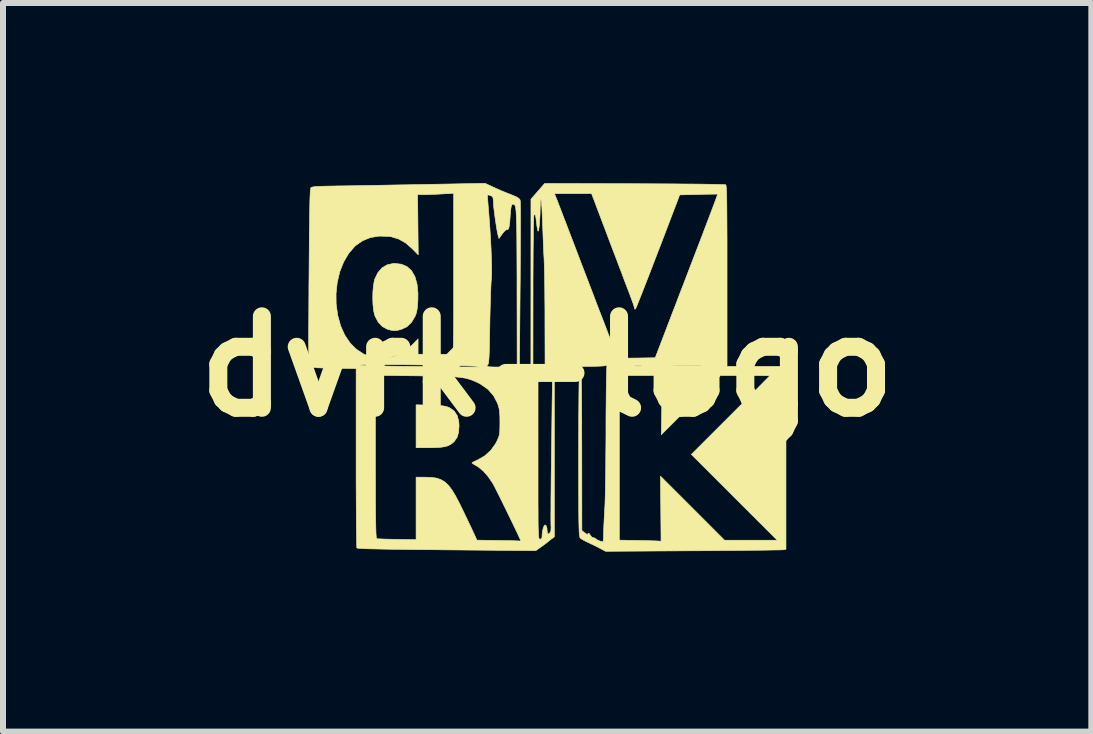
<source format=kicad_pcb>
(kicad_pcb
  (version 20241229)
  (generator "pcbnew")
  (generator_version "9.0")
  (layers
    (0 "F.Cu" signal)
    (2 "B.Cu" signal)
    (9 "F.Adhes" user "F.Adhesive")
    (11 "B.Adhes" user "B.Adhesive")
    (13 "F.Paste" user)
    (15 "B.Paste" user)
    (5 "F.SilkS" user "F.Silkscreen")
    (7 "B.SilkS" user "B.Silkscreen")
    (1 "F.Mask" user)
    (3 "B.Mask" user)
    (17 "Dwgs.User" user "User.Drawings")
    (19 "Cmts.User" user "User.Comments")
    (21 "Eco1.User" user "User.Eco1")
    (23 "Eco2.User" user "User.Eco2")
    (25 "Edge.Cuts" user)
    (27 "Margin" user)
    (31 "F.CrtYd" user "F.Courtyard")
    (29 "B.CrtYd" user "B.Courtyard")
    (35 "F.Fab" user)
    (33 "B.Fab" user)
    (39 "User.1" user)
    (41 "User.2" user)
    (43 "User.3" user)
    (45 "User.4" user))
  (footprint "dvrk-logo"
    (layer "F.Cu")
    (at 6.067 3.055)
    (property "Reference" "dvrk-logo" (at 0 0 0) (layer "F.SilkS") (effects (font (size 1.524 1.524) (thickness 0.3))))
    (attr through_hole)
    (fp_poly (pts (xy -1.943 0.646) (xy -1.843 0.65) (xy -1.77 0.654) (xy -1.716 0.661) (xy -1.675 0.67) (xy -1.638 0.684) (xy -1.622 0.691) (xy -1.549 0.744) (xy -1.499 0.819) (xy -1.473 0.917) (xy -1.468 0.988) (xy -1.476 1.097) (xy -1.501 1.182) (xy -1.547 1.249) (xy -1.567 1.268) (xy -1.61 1.301) (xy -1.659 1.325) (xy -1.718 1.34) (xy -1.795 1.35) (xy -1.895 1.354) (xy -1.968 1.355) (xy -2.184 1.355) (xy -2.184 0.64) (xy -1.943 0.646)) (stroke (width 0.01) (type solid)) (fill yes) (layer "F.SilkS"))
    (fp_poly (pts (xy -2.425 -1.702) (xy -2.332 -1.661) (xy -2.258 -1.592) (xy -2.203 -1.495) (xy -2.168 -1.371) (xy -2.153 -1.22) (xy -2.154 -1.109) (xy -2.16 -1.012) (xy -2.169 -0.94) (xy -2.182 -0.883) (xy -2.199 -0.838) (xy -2.26 -0.735) (xy -2.337 -0.661) (xy -2.428 -0.618) (xy -2.496 -0.6) (xy -2.551 -0.596) (xy -2.607 -0.604) (xy -2.662 -0.619) (xy -2.745 -0.663) (xy -2.814 -0.735) (xy -2.867 -0.835) (xy -2.874 -0.855) (xy -2.891 -0.927) (xy -2.902 -1.023) (xy -2.906 -1.131) (xy -2.904 -1.241) (xy -2.895 -1.344) (xy -2.88 -1.427) (xy -2.873 -1.454) (xy -2.821 -1.562) (xy -2.751 -1.642) (xy -2.665 -1.693) (xy -2.563 -1.715) (xy -2.538 -1.716) (xy -2.425 -1.702)) (stroke (width 0.01) (type solid)) (fill yes) (layer "F.SilkS"))
    (fp_poly (pts (xy -0.936 -3.005) (xy -0.834 -2.958) (xy -0.747 -2.92) (xy -0.663 -2.886) (xy -0.581 -2.854) (xy -0.516 -2.826) (xy -0.476 -2.803) (xy -0.455 -2.78) (xy -0.449 -2.763) (xy -0.447 -2.739) (xy -0.446 -2.685) (xy -0.445 -2.602) (xy -0.445 -2.492) (xy -0.445 -2.36) (xy -0.445 -2.207) (xy -0.446 -2.036) (xy -0.447 -1.85) (xy -0.448 -1.651) (xy -0.449 -1.441) (xy -0.45 -1.368) (xy -0.462 -0.017) (xy -0.271 -0.017) (xy -0.27 -2.786) (xy -0.189 -2.879) (xy 0.121 -2.879) (xy 0.162 -2.779) (xy 0.174 -2.747) (xy 0.197 -2.687) (xy 0.231 -2.6) (xy 0.273 -2.489) (xy 0.324 -2.357) (xy 0.381 -2.207) (xy 0.445 -2.041) (xy 0.513 -1.862) (xy 0.585 -1.673) (xy 0.661 -1.475) (xy 0.679 -1.428) (xy 0.754 -1.232) (xy 0.825 -1.044) (xy 0.893 -0.868) (xy 0.956 -0.706) (xy 1.012 -0.559) (xy 1.062 -0.432) (xy 1.103 -0.326) (xy 1.136 -0.243) (xy 1.159 -0.187) (xy 1.171 -0.159) (xy 1.173 -0.156) (xy 1.188 -0.148) (xy 1.222 -0.143) (xy 1.277 -0.139) (xy 1.358 -0.138) (xy 1.469 -0.139) (xy 1.496 -0.139) (xy 1.801 -0.144) (xy 1.986 -0.627) (xy 2.029 -0.74) (xy 2.082 -0.879) (xy 2.144 -1.039) (xy 2.211 -1.215) (xy 2.283 -1.401) (xy 2.356 -1.592) (xy 2.429 -1.782) (xy 2.5 -1.967) (xy 2.508 -1.988) (xy 2.571 -2.151) (xy 2.629 -2.305) (xy 2.683 -2.446) (xy 2.731 -2.572) (xy 2.771 -2.679) (xy 2.803 -2.765) (xy 2.826 -2.828) (xy 2.839 -2.863) (xy 2.841 -2.87) (xy 2.823 -2.871) (xy 2.777 -2.87) (xy 2.708 -2.869) (xy 2.621 -2.868) (xy 2.522 -2.865) (xy 2.208 -2.858) (xy 2.172 -2.762) (xy 2.095 -2.561) (xy 2.019 -2.361) (xy 1.944 -2.165) (xy 1.871 -1.975) (xy 1.801 -1.793) (xy 1.736 -1.623) (xy 1.675 -1.467) (xy 1.62 -1.326) (xy 1.573 -1.205) (xy 1.533 -1.105) (xy 1.503 -1.029) (xy 1.482 -0.979) (xy 1.472 -0.958) (xy 1.472 -0.958) (xy 1.458 -0.954) (xy 1.456 -0.966) (xy 1.45 -0.991) (xy 1.435 -1.04) (xy 1.411 -1.107) (xy 1.382 -1.184) (xy 1.379 -1.194) (xy 1.356 -1.253) (xy 1.324 -1.337) (xy 1.284 -1.442) (xy 1.239 -1.563) (xy 1.188 -1.696) (xy 1.135 -1.837) (xy 1.079 -1.982) (xy 1.024 -2.128) (xy 0.971 -2.27) (xy 0.92 -2.403) (xy 0.874 -2.525) (xy 0.834 -2.631) (xy 0.802 -2.716) (xy 0.779 -2.777) (xy 0.767 -2.807) (xy 0.74 -2.879) (xy 0.431 -2.879) (xy 0.121 -2.879) (xy -0.189 -2.879) (xy -0.156 -2.917) (xy -0.042 -3.048) (xy 1.456 -3.044) (xy 1.679 -3.043) (xy 1.892 -3.042) (xy 2.093 -3.041) (xy 2.28 -3.039) (xy 2.45 -3.038) (xy 2.6 -3.036) (xy 2.729 -3.034) (xy 2.833 -3.032) (xy 2.911 -3.03) (xy 2.959 -3.028) (xy 2.976 -3.026) (xy 2.98 -3.017) (xy 2.983 -2.994) (xy 2.986 -2.955) (xy 2.989 -2.899) (xy 2.991 -2.823) (xy 2.993 -2.727) (xy 2.994 -2.608) (xy 2.995 -2.464) (xy 2.996 -2.294) (xy 2.997 -2.097) (xy 2.997 -1.869) (xy 2.997 -1.61) (xy 2.997 -1.506) (xy 2.997 0) (xy 3.979 0) (xy 3.979 3.047) (xy 3.941 3.055) (xy 3.919 3.056) (xy 3.865 3.058) (xy 3.783 3.059) (xy 3.674 3.061) (xy 3.541 3.063) (xy 3.387 3.064) (xy 3.215 3.066) (xy 3.026 3.068) (xy 2.824 3.069) (xy 2.61 3.071) (xy 2.438 3.072) (xy 0.974 3.081) (xy 0.888 3.035) (xy 0.825 3.002) (xy 0.749 2.965) (xy 0.693 2.939) (xy 0.634 2.91) (xy 0.584 2.883) (xy 0.555 2.864) (xy 0.549 2.858) (xy 0.545 2.848) (xy 0.541 2.832) (xy 0.537 2.807) (xy 0.534 2.772) (xy 0.532 2.725) (xy 0.53 2.662) (xy 0.528 2.582) (xy 0.527 2.483) (xy 0.526 2.362) (xy 0.526 2.218) (xy 0.525 2.048) (xy 0.525 1.85) (xy 0.525 1.622) (xy 0.525 1.446) (xy 0.525 1.217) (xy 0.526 1.002) (xy 0.526 0.803) (xy 0.528 0.623) (xy 0.529 0.463) (xy 0.531 0.325) (xy 0.533 0.213) (xy 0.535 0.127) (xy 0.537 0.07) (xy 0.54 0.045) (xy 0.54 0.043) (xy 0.558 0.048) (xy 0.565 0.061) (xy 0.567 0.082) (xy 0.569 0.134) (xy 0.57 0.214) (xy 0.572 0.321) (xy 0.573 0.451) (xy 0.574 0.601) (xy 0.575 0.77) (xy 0.576 0.954) (xy 0.576 1.151) (xy 0.577 1.358) (xy 0.577 1.411) (xy 0.578 2.735) (xy 0.627 2.774) (xy 0.659 2.795) (xy 0.676 2.798) (xy 0.677 2.795) (xy 0.685 2.778) (xy 0.701 2.786) (xy 0.72 2.815) (xy 0.744 2.845) (xy 0.767 2.853) (xy 0.799 2.863) (xy 0.809 2.872) (xy 0.83 2.888) (xy 0.866 2.905) (xy 0.903 2.917) (xy 0.929 2.919) (xy 0.934 2.916) (xy 0.936 2.895) (xy 0.938 2.848) (xy 0.94 2.783) (xy 0.941 2.743) (xy 0.944 2.66) (xy 0.949 2.556) (xy 0.955 2.447) (xy 0.96 2.362) (xy 0.963 2.305) (xy 0.966 2.218) (xy 0.969 2.105) (xy 0.971 1.969) (xy 0.974 1.814) (xy 0.976 1.643) (xy 0.977 1.462) (xy 0.979 1.272) (xy 0.98 1.088) (xy 0.98 0.902) (xy 0.981 0.725) (xy 0.983 0.561) (xy 0.984 0.412) (xy 0.986 0.282) (xy 0.988 0.173) (xy 0.988 0.152) (xy 1.202 0.152) (xy 1.202 2.895) (xy 1.486 2.9) (xy 1.586 2.902) (xy 1.678 2.904) (xy 1.756 2.906) (xy 1.813 2.908) (xy 1.834 2.909) (xy 1.898 2.913) (xy 1.888 1.829) (xy 2.422 2.362) (xy 2.955 2.896) (xy 3.834 2.896) (xy 3.118 2.181) (xy 2.403 1.466) (xy 3.056 0.814) (xy 3.178 0.691) (xy 3.293 0.576) (xy 3.399 0.47) (xy 3.492 0.376) (xy 3.572 0.296) (xy 3.635 0.232) (xy 3.68 0.187) (xy 3.705 0.161) (xy 3.708 0.157) (xy 3.692 0.156) (xy 3.647 0.155) (xy 3.577 0.154) (xy 3.487 0.153) (xy 3.381 0.152) (xy 3.298 0.152) (xy 2.888 0.152) (xy 2.395 0.645) (xy 1.902 1.137) (xy 1.91 0.645) (xy 1.917 0.152) (xy 1.202 0.152) (xy 0.988 0.152) (xy 0.99 0.089) (xy 0.992 0.033) (xy 0.994 0.007) (xy 0.994 0.006) (xy 0.996 -0.01) (xy 1.086 -0.01) (xy 1.097 -0.008) (xy 1.136 -0.006) (xy 1.177 -0.006) (xy 1.234 -0.007) (xy 1.267 -0.008) (xy 1.268 -0.009) (xy 1.455 -0.009) (xy 1.472 -0.006) (xy 1.515 -0.005) (xy 1.516 -0.005) (xy 1.561 -0.006) (xy 1.58 -0.009) (xy 1.577 -0.01) (xy 2.082 -0.01) (xy 2.104 -0.009) (xy 2.154 -0.008) (xy 2.23 -0.008) (xy 2.33 -0.007) (xy 2.337 -0.007) (xy 2.438 -0.008) (xy 2.516 -0.008) (xy 2.568 -0.009) (xy 2.592 -0.01) (xy 2.585 -0.011) (xy 2.548 -0.013) (xy 2.544 -0.013) (xy 2.435 -0.014) (xy 2.311 -0.015) (xy 2.191 -0.014) (xy 2.129 -0.013) (xy 2.09 -0.011) (xy 2.082 -0.01) (xy 1.577 -0.01) (xy 1.571 -0.012) (xy 1.519 -0.015) (xy 1.469 -0.012) (xy 1.455 -0.009) (xy 1.268 -0.009) (xy 1.272 -0.011) (xy 1.258 -0.012) (xy 1.194 -0.015) (xy 1.123 -0.014) (xy 1.105 -0.012) (xy 1.086 -0.01) (xy 0.996 -0.01) (xy 0.996 -0.013) (xy 0.976 -0.014) (xy 0.964 -0.011) (xy 0.932 -0.007) (xy 0.874 -0.004) (xy 0.798 -0.001) (xy 0.712 -0.000001) (xy 0.703 0.000028) (xy 0.605 0.001) (xy 0.54 0.005) (xy 0.509 0.01) (xy 0.508 0.017) (xy 0.506 0.025) (xy 0.471 0.03) (xy 0.404 0.033) (xy 0.326 0.034) (xy 0.119 0.034) (xy 0.119 2.84) (xy 0.065 2.88) (xy 0.026 2.911) (xy -0.004 2.935) (xy -0.007 2.938) (xy -0.031 2.956) (xy -0.072 2.987) (xy -0.108 3.012) (xy -0.19 3.07) (xy -1.674 3.057) (xy -1.953 3.054) (xy -2.2 3.052) (xy -2.416 3.049) (xy -2.602 3.047) (xy -2.759 3.044) (xy -2.888 3.041) (xy -2.992 3.039) (xy -3.07 3.035) (xy -3.125 3.032) (xy -3.158 3.029) (xy -3.171 3.025) (xy -3.172 3.006) (xy -3.174 2.955) (xy -3.176 2.875) (xy -3.177 2.769) (xy -3.179 2.638) (xy -3.18 2.486) (xy -3.181 2.316) (xy -3.182 2.128) (xy -3.183 1.926) (xy -3.183 1.713) (xy -3.183 1.521) (xy -3.183 1.506) (xy -2.862 1.506) (xy -2.862 1.762) (xy -2.861 1.986) (xy -2.861 2.18) (xy -2.86 2.346) (xy -2.859 2.485) (xy -2.857 2.599) (xy -2.855 2.691) (xy -2.853 2.761) (xy -2.85 2.813) (xy -2.847 2.847) (xy -2.844 2.865) (xy -2.841 2.87) (xy -2.818 2.873) (xy -2.766 2.875) (xy -2.693 2.878) (xy -2.603 2.88) (xy -2.502 2.882) (xy -2.184 2.887) (xy -2.184 1.846) (xy -2.044 1.846) (xy -1.939 1.849) (xy -1.851 1.86) (xy -1.776 1.884) (xy -1.71 1.921) (xy -1.649 1.977) (xy -1.59 2.053) (xy -1.529 2.153) (xy -1.462 2.28) (xy -1.424 2.358) (xy -1.374 2.461) (xy -1.326 2.562) (xy -1.282 2.653) (xy -1.247 2.728) (xy -1.223 2.78) (xy -1.222 2.781) (xy -1.171 2.895) (xy -0.835 2.9) (xy -0.73 2.902) (xy -0.636 2.903) (xy -0.557 2.905) (xy -0.501 2.907) (xy -0.471 2.909) (xy -0.47 2.909) (xy -0.445 2.908) (xy -0.44 2.905) (xy -0.447 2.886) (xy -0.468 2.841) (xy -0.498 2.776) (xy -0.538 2.693) (xy -0.583 2.599) (xy -0.633 2.496) (xy -0.684 2.391) (xy -0.735 2.287) (xy -0.783 2.189) (xy -0.827 2.102) (xy -0.863 2.03) (xy -0.891 1.977) (xy -0.904 1.952) (xy -0.983 1.836) (xy -1.067 1.741) (xy -1.152 1.672) (xy -1.176 1.658) (xy -1.219 1.633) (xy -1.247 1.614) (xy -1.253 1.608) (xy -1.239 1.597) (xy -1.202 1.578) (xy -1.16 1.559) (xy -1.043 1.493) (xy -0.94 1.4) (xy -0.859 1.287) (xy -0.843 1.257) (xy -0.82 1.208) (xy -0.804 1.168) (xy -0.795 1.128) (xy -0.79 1.078) (xy -0.788 1.012) (xy -0.787 0.932) (xy -0.788 0.836) (xy -0.792 0.766) (xy -0.799 0.711) (xy -0.811 0.662) (xy -0.828 0.613) (xy -0.893 0.488) (xy -0.985 0.383) (xy -1.104 0.299) (xy -1.14 0.279) (xy -1.195 0.253) (xy -1.247 0.231) (xy -1.299 0.213) (xy -1.354 0.198) (xy -1.417 0.187) (xy -1.491 0.178) (xy -1.58 0.171) (xy -1.688 0.166) (xy -1.818 0.162) (xy -1.974 0.16) (xy -2.16 0.157) (xy -2.18 0.157) (xy -2.862 0.149) (xy -2.862 1.506) (xy -3.183 1.506) (xy -3.183 0.036) (xy -3.553 0.031) (xy -3.684 0.028) (xy -3.785 0.025) (xy -3.859 0.021) (xy -3.909 0.015) (xy -3.94 0.008) (xy -3.951 0.002) (xy -3.956 -0.004) (xy -3.96 -0.015) (xy -3.962 -0.024) (xy -3.109 -0.024) (xy -3.108 -0.021) (xy -3.093 -0.018) (xy -3.061 -0.016) (xy -3.011 -0.014) (xy -2.942 -0.011) (xy -2.853 -0.009) (xy -2.741 -0.007) (xy -2.606 -0.004) (xy -2.446 -0.002) (xy -2.259 0.000218) (xy -2.044 0.003) (xy -1.8 0.005) (xy -1.525 0.008) (xy -1.236 0.011) (xy -1.162 0.011) (xy -1.12 0.01) (xy -1.107 0.008) (xy -1.122 0.004) (xy -1.151 -0.000352) (xy -1.192 -0.004) (xy -1.257 -0.007) (xy -1.008 -0.007) (xy -0.994 0.002) (xy -0.979 0.005) (xy -0.948 0.008) (xy -0.89 0.01) (xy -0.815 0.011) (xy -0.729 0.011) (xy -0.72 0.011) (xy -0.5 0.008) (xy -0.5 0.001) (xy -0.237 0.001) (xy -0.195 0.017) (xy -0.159 0.044) (xy -0.152 0.072) (xy -0.152 0.094) (xy -0.152 0.148) (xy -0.152 0.23) (xy -0.152 0.339) (xy -0.152 0.471) (xy -0.152 0.624) (xy -0.152 0.795) (xy -0.152 0.982) (xy -0.152 1.182) (xy -0.152 1.392) (xy -0.152 1.494) (xy -0.152 1.743) (xy -0.152 1.96) (xy -0.152 2.147) (xy -0.152 2.307) (xy -0.151 2.442) (xy -0.151 2.554) (xy -0.15 2.645) (xy -0.148 2.717) (xy -0.146 2.772) (xy -0.144 2.813) (xy -0.141 2.842) (xy -0.137 2.861) (xy -0.133 2.872) (xy -0.128 2.877) (xy -0.122 2.879) (xy -0.119 2.879) (xy -0.096 2.873) (xy -0.086 2.849) (xy -0.085 2.813) (xy -0.08 2.759) (xy -0.069 2.706) (xy -0.054 2.664) (xy -0.037 2.642) (xy -0.034 2.642) (xy -0.016 2.657) (xy -0.004 2.698) (xy 0 2.745) (xy 0.006 2.784) (xy 0.024 2.792) (xy 0.05 2.769) (xy 0.063 2.734) (xy 0.065 2.674) (xy 0.064 2.655) (xy 0.063 2.621) (xy 0.062 2.557) (xy 0.062 2.466) (xy 0.063 2.352) (xy 0.063 2.217) (xy 0.065 2.066) (xy 0.066 1.901) (xy 0.068 1.726) (xy 0.07 1.617) (xy 0.072 1.428) (xy 0.075 1.239) (xy 0.077 1.055) (xy 0.079 0.88) (xy 0.081 0.719) (xy 0.083 0.576) (xy 0.085 0.456) (xy 0.086 0.364) (xy 0.086 0.339) (xy 0.09 0.008) (xy -0.035 -0.008) (xy -0.037 -0.787) (xy -0.037 -0.956) (xy -0.039 -1.122) (xy -0.04 -1.281) (xy -0.042 -1.428) (xy -0.044 -1.559) (xy -0.047 -1.667) (xy -0.05 -1.75) (xy -0.051 -1.786) (xy -0.056 -1.869) (xy -0.061 -1.977) (xy -0.066 -2.102) (xy -0.071 -2.236) (xy -0.076 -2.37) (xy -0.078 -2.421) (xy -0.083 -2.545) (xy -0.088 -2.644) (xy -0.093 -2.717) (xy -0.099 -2.764) (xy -0.104 -2.782) (xy -0.109 -2.771) (xy -0.113 -2.729) (xy -0.116 -2.656) (xy -0.117 -2.615) (xy -0.119 -2.524) (xy -0.124 -2.439) (xy -0.13 -2.363) (xy -0.137 -2.303) (xy -0.144 -2.264) (xy -0.151 -2.253) (xy -0.153 -2.255) (xy -0.161 -2.282) (xy -0.17 -2.333) (xy -0.177 -2.395) (xy -0.177 -2.396) (xy -0.187 -2.474) (xy -0.197 -2.519) (xy -0.207 -2.534) (xy -0.219 -2.521) (xy -0.222 -2.513) (xy -0.224 -2.492) (xy -0.226 -2.439) (xy -0.228 -2.357) (xy -0.23 -2.25) (xy -0.231 -2.12) (xy -0.233 -1.97) (xy -0.234 -1.802) (xy -0.235 -1.62) (xy -0.236 -1.426) (xy -0.236 -1.24) (xy -0.237 0.001) (xy -0.5 0.001) (xy -0.502 -1.194) (xy -0.502 -1.452) (xy -0.503 -1.679) (xy -0.504 -1.876) (xy -0.505 -2.045) (xy -0.506 -2.189) (xy -0.508 -2.31) (xy -0.51 -2.41) (xy -0.513 -2.49) (xy -0.516 -2.554) (xy -0.52 -2.602) (xy -0.524 -2.638) (xy -0.529 -2.664) (xy -0.536 -2.68) (xy -0.543 -2.691) (xy -0.55 -2.697) (xy -0.572 -2.704) (xy -0.587 -2.697) (xy -0.598 -2.669) (xy -0.607 -2.618) (xy -0.614 -2.538) (xy -0.616 -2.509) (xy -0.623 -2.412) (xy -0.631 -2.344) (xy -0.64 -2.302) (xy -0.652 -2.282) (xy -0.666 -2.279) (xy -0.669 -2.28) (xy -0.69 -2.272) (xy -0.722 -2.241) (xy -0.747 -2.21) (xy -0.803 -2.131) (xy -0.817 -2.179) (xy -0.828 -2.227) (xy -0.841 -2.299) (xy -0.855 -2.388) (xy -0.869 -2.484) (xy -0.881 -2.578) (xy -0.891 -2.661) (xy -0.896 -2.724) (xy -0.897 -2.748) (xy -0.9 -2.798) (xy -0.91 -2.826) (xy -0.933 -2.842) (xy -0.942 -2.846) (xy -0.976 -2.856) (xy -0.993 -2.857) (xy -0.994 -2.839) (xy -0.992 -2.794) (xy -0.987 -2.729) (xy -0.982 -2.666) (xy -0.968 -2.492) (xy -0.955 -2.317) (xy -0.945 -2.145) (xy -0.936 -1.98) (xy -0.93 -1.828) (xy -0.926 -1.692) (xy -0.925 -1.578) (xy -0.927 -1.491) (xy -0.93 -1.454) (xy -0.934 -1.4) (xy -0.938 -1.317) (xy -0.942 -1.21) (xy -0.946 -1.085) (xy -0.95 -0.946) (xy -0.954 -0.799) (xy -0.956 -0.669) (xy -0.959 -0.504) (xy -0.961 -0.37) (xy -0.964 -0.263) (xy -0.967 -0.181) (xy -0.971 -0.119) (xy -0.975 -0.076) (xy -0.98 -0.048) (xy -0.986 -0.031) (xy -0.992 -0.023) (xy -1.008 -0.007) (xy -1.257 -0.007) (xy -1.26 -0.007) (xy -1.353 -0.01) (xy -1.466 -0.014) (xy -1.595 -0.017) (xy -1.738 -0.02) (xy -1.89 -0.022) (xy -2.048 -0.024) (xy -2.207 -0.026) (xy -2.365 -0.028) (xy -2.517 -0.029) (xy -2.66 -0.03) (xy -2.789 -0.03) (xy -2.902 -0.03) (xy -2.994 -0.029) (xy -3.061 -0.028) (xy -3.101 -0.025) (xy -3.109 -0.024) (xy -3.962 -0.024) (xy -3.964 -0.033) (xy -3.967 -0.061) (xy -3.969 -0.1) (xy -3.971 -0.152) (xy -3.972 -0.22) (xy -3.973 -0.306) (xy -3.974 -0.412) (xy -3.974 -0.539) (xy -3.973 -0.691) (xy -3.972 -0.868) (xy -3.971 -1.074) (xy -3.97 -1.209) (xy -3.518 -1.209) (xy -3.516 -1.041) (xy -3.49 -0.85) (xy -3.442 -0.677) (xy -3.374 -0.524) (xy -3.286 -0.392) (xy -3.18 -0.286) (xy -3.058 -0.206) (xy -2.965 -0.168) (xy -2.853 -0.144) (xy -2.729 -0.138) (xy -2.612 -0.149) (xy -2.594 -0.153) (xy -2.473 -0.193) (xy -2.364 -0.257) (xy -2.257 -0.35) (xy -2.256 -0.351) (xy -2.151 -0.457) (xy -2.151 -0.203) (xy -1.881 -0.203) (xy -1.787 -0.203) (xy -1.704 -0.201) (xy -1.638 -0.198) (xy -1.596 -0.195) (xy -1.585 -0.193) (xy -1.58 -0.193) (xy -1.575 -0.2) (xy -1.572 -0.215) (xy -1.569 -0.241) (xy -1.566 -0.279) (xy -1.564 -0.332) (xy -1.562 -0.402) (xy -1.561 -0.491) (xy -1.56 -0.601) (xy -1.559 -0.735) (xy -1.558 -0.894) (xy -1.558 -1.08) (xy -1.558 -1.296) (xy -1.558 -1.533) (xy -1.558 -2.884) (xy -1.764 -2.873) (xy -1.855 -2.868) (xy -1.944 -2.865) (xy -2.019 -2.862) (xy -2.064 -2.862) (xy -2.159 -2.862) (xy -2.148 -1.859) (xy -2.247 -1.96) (xy -2.358 -2.057) (xy -2.473 -2.122) (xy -2.598 -2.16) (xy -2.638 -2.166) (xy -2.799 -2.171) (xy -2.946 -2.147) (xy -3.079 -2.092) (xy -3.196 -2.009) (xy -3.204 -2.002) (xy -3.307 -1.883) (xy -3.391 -1.74) (xy -3.456 -1.577) (xy -3.498 -1.398) (xy -3.518 -1.209) (xy -3.97 -1.209) (xy -3.97 -1.31) (xy -3.968 -1.488) (xy -3.966 -1.756) (xy -3.964 -1.992) (xy -3.963 -2.197) (xy -3.96 -2.374) (xy -3.958 -2.525) (xy -3.956 -2.65) (xy -3.954 -2.752) (xy -3.951 -2.833) (xy -3.948 -2.894) (xy -3.945 -2.937) (xy -3.941 -2.964) (xy -3.937 -2.977) (xy -3.937 -2.978) (xy -3.921 -2.986) (xy -3.888 -2.993) (xy -3.834 -2.998) (xy -3.757 -3.001) (xy -3.651 -3.004) (xy -3.571 -3.005) (xy -3.491 -3.007) (xy -3.382 -3.008) (xy -3.247 -3.01) (xy -3.091 -3.013) (xy -2.918 -3.016) (xy -2.731 -3.019) (xy -2.535 -3.023) (xy -2.335 -3.026) (xy -2.133 -3.03) (xy -2.13 -3.03) (xy -1.034 -3.05) (xy -0.936 -3.005)) (stroke (width 0.01) (type solid)) (fill yes) (layer "F.SilkS")))
  (gr_rect
    (start -3 -3)
    (end 15.134 9.14)
    (stroke (width 0.1) (type default))
    (fill no)
    (layer "Edge.Cuts")))
</source>
